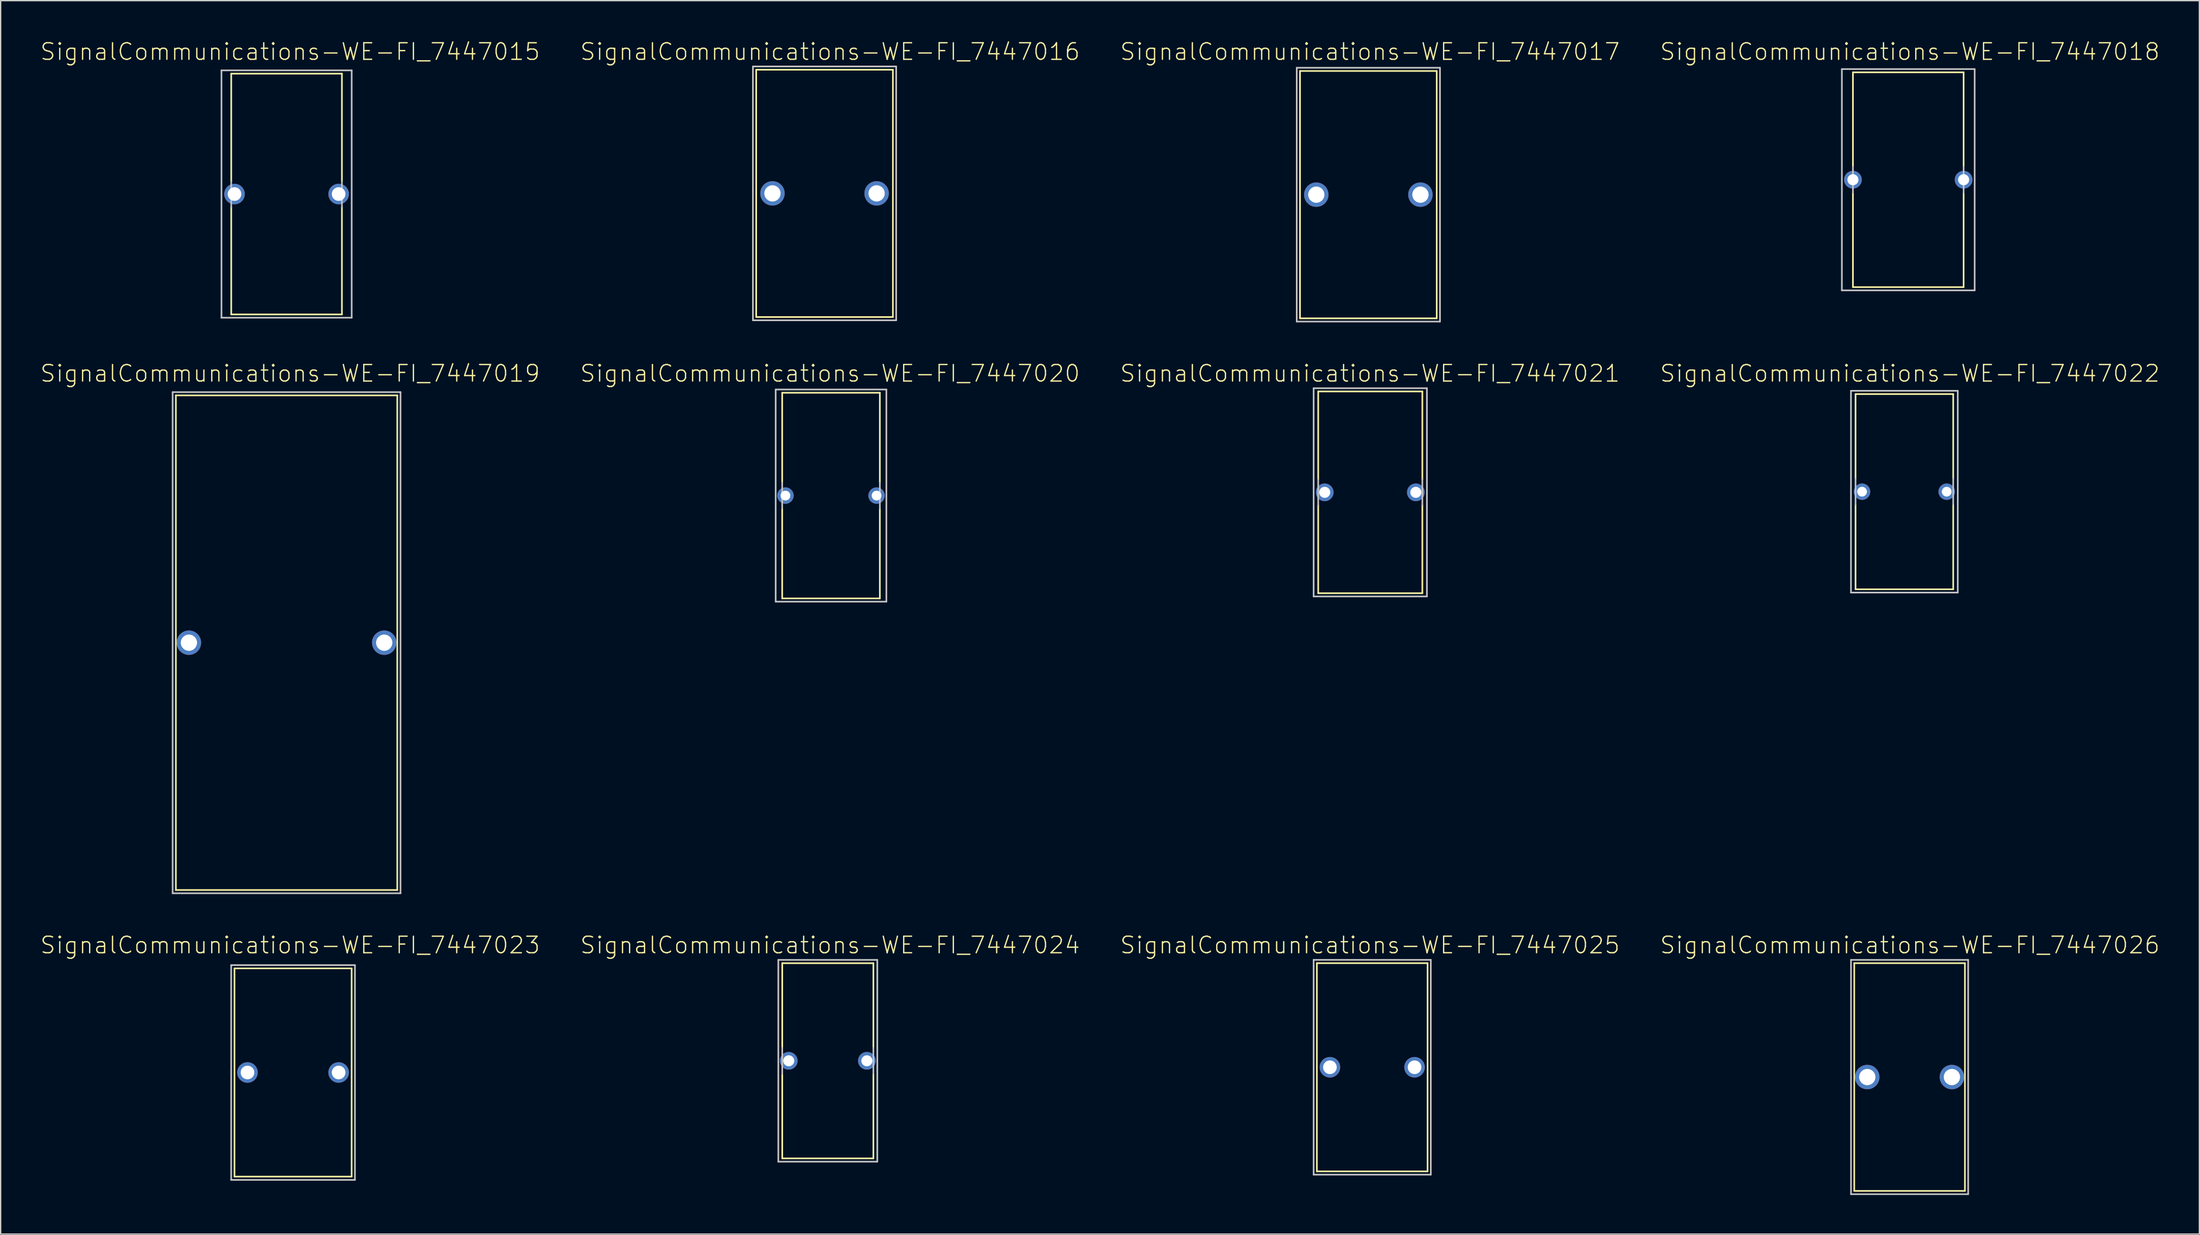
<source format=kicad_pcb>
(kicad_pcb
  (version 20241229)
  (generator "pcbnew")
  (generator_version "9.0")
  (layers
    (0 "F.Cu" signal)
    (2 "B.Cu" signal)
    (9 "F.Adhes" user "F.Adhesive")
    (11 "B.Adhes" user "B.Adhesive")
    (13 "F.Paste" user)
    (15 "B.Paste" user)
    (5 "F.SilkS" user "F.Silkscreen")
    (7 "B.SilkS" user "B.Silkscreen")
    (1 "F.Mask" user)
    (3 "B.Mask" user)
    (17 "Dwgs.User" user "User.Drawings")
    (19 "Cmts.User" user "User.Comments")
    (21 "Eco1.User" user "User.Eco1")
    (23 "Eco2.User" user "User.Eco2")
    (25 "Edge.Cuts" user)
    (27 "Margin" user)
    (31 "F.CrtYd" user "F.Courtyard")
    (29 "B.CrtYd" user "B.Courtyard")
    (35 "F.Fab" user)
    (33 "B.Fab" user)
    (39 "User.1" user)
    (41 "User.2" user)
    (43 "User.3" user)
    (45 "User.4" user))
  (footprint "SignalCommunications-WE-FI_7447024"
    (layer "F.Cu")
    (at 60.507 78.439)
    (property "Reference" "SignalCommunications-WE-FI_7447024" (at 0.173 -8.885 0) (layer "F.SilkS") (effects (font (size 1.27 1.27) (thickness 0.102))))
    (attr exclude_from_pos_files exclude_from_bom)
    (fp_line (start -3.498 -7.498) (end 3.498 -7.498) (stroke (width 0.127) (type solid)) (layer "F.SilkS"))
    (fp_line (start -3.498 -0.998) (end -3.498 -7.498) (stroke (width 0.127) (type solid)) (layer "F.SilkS"))
    (fp_line (start -3.498 0.998) (end -3.498 7.498) (stroke (width 0.127) (type solid)) (layer "F.SilkS"))
    (fp_line (start 3.498 -0.998) (end 3.498 -7.498) (stroke (width 0.127) (type solid)) (layer "F.SilkS"))
    (fp_line (start 3.498 0.998) (end 3.498 7.498) (stroke (width 0.127) (type solid)) (layer "F.SilkS"))
    (fp_line (start 3.498 7.498) (end -3.498 7.498) (stroke (width 0.127) (type solid)) (layer "F.SilkS"))
    (fp_line (start -3.8 -7.75) (end 3.8 -7.75) (stroke (width 0.127) (type solid)) (layer "Dwgs.User"))
    (fp_line (start -3.8 7.75) (end -3.8 -7.75) (stroke (width 0.127) (type solid)) (layer "Dwgs.User"))
    (fp_line (start -3.498 -0.998) (end -3.498 0.998) (stroke (width 0.127) (type solid)) (layer "Dwgs.User"))
    (fp_line (start 3.498 -0.998) (end 3.498 0.998) (stroke (width 0.127) (type solid)) (layer "Dwgs.User"))
    (fp_line (start 3.8 -7.75) (end 3.8 7.75) (stroke (width 0.127) (type solid)) (layer "Dwgs.User"))
    (fp_line (start 3.8 7.75) (end -3.8 7.75) (stroke (width 0.127) (type solid)) (layer "Dwgs.User"))
    (pad "1" thru_hole circle (at -3 0) (size 1.356 1.356) (drill 0.848) (layers "*.Cu" "*.Paste" "*.Mask"))
    (pad "2" thru_hole circle (at 3 0) (size 1.356 1.356) (drill 0.848) (layers "*.Cu" "*.Paste" "*.Mask")))
  (footprint "SignalCommunications-WE-FI_7447016"
    (layer "F.Cu")
    (at 60.256 11.805)
    (property "Reference" "SignalCommunications-WE-FI_7447016" (at 0.424 -10.884 0) (layer "F.SilkS") (effects (font (size 1.27 1.27) (thickness 0.102))))
    (attr exclude_from_pos_files exclude_from_bom)
    (fp_line (start -5.248 -9.5) (end 5.248 -9.5) (stroke (width 0.127) (type solid)) (layer "F.SilkS"))
    (fp_line (start -5.248 9.5) (end -5.248 -9.5) (stroke (width 0.127) (type solid)) (layer "F.SilkS"))
    (fp_line (start 5.248 -9.5) (end 5.248 9.5) (stroke (width 0.127) (type solid)) (layer "F.SilkS"))
    (fp_line (start 5.248 9.5) (end -5.248 9.5) (stroke (width 0.127) (type solid)) (layer "F.SilkS"))
    (fp_line (start -5.499 -9.749) (end 5.499 -9.749) (stroke (width 0.127) (type solid)) (layer "Dwgs.User"))
    (fp_line (start -5.499 9.749) (end -5.499 -9.749) (stroke (width 0.127) (type solid)) (layer "Dwgs.User"))
    (fp_line (start 5.499 -9.749) (end 5.499 9.749) (stroke (width 0.127) (type solid)) (layer "Dwgs.User"))
    (fp_line (start 5.499 9.749) (end -5.499 9.749) (stroke (width 0.127) (type solid)) (layer "Dwgs.User"))
    (pad "1" thru_hole circle (at -3.998 0) (size 1.875 1.875) (drill 1.25) (layers "*.Cu" "*.Paste" "*.Mask"))
    (pad "2" thru_hole circle (at 3.998 0) (size 1.875 1.875) (drill 1.25) (layers "*.Cu" "*.Paste" "*.Mask")))
  (footprint "SignalCommunications-WE-FI_7447023"
    (layer "F.Cu")
    (at 19.45 79.338)
    (property "Reference" "SignalCommunications-WE-FI_7447023" (at -0.224 -9.784 0) (layer "F.SilkS") (effects (font (size 1.27 1.27) (thickness 0.102))))
    (attr exclude_from_pos_files exclude_from_bom)
    (fp_line (start -4.498 -7.998) (end 4.498 -7.998) (stroke (width 0.127) (type solid)) (layer "F.SilkS"))
    (fp_line (start -4.498 7.998) (end -4.498 -7.998) (stroke (width 0.127) (type solid)) (layer "F.SilkS"))
    (fp_line (start 4.498 -7.998) (end 4.498 7.998) (stroke (width 0.127) (type solid)) (layer "F.SilkS"))
    (fp_line (start 4.498 7.998) (end -4.498 7.998) (stroke (width 0.127) (type solid)) (layer "F.SilkS"))
    (fp_line (start -4.75 -8.25) (end 4.75 -8.25) (stroke (width 0.127) (type solid)) (layer "Dwgs.User"))
    (fp_line (start -4.75 8.25) (end -4.75 -8.25) (stroke (width 0.127) (type solid)) (layer "Dwgs.User"))
    (fp_line (start 4.75 -8.25) (end 4.75 8.25) (stroke (width 0.127) (type solid)) (layer "Dwgs.User"))
    (fp_line (start 4.75 8.25) (end -4.75 8.25) (stroke (width 0.127) (type solid)) (layer "Dwgs.User"))
    (pad "1" thru_hole circle (at -3.498 0) (size 1.575 1.575) (drill 1.049) (layers "*.Cu" "*.Paste" "*.Mask"))
    (pad "2" thru_hole circle (at 3.498 0) (size 1.575 1.575) (drill 1.049) (layers "*.Cu" "*.Paste" "*.Mask")))
  (footprint "SignalCommunications-WE-FI_7447025"
    (layer "F.Cu")
    (at 102.306 78.936)
    (property "Reference" "SignalCommunications-WE-FI_7447025" (at -0.173 -9.383 0) (layer "F.SilkS") (effects (font (size 1.27 1.27) (thickness 0.102))))
    (attr exclude_from_pos_files exclude_from_bom)
    (fp_line (start -4.249 -7.998) (end 4.249 -7.998) (stroke (width 0.127) (type solid)) (layer "F.SilkS"))
    (fp_line (start -4.249 7.998) (end -4.249 -7.998) (stroke (width 0.127) (type solid)) (layer "F.SilkS"))
    (fp_line (start 4.249 -7.998) (end 4.249 7.998) (stroke (width 0.127) (type solid)) (layer "F.SilkS"))
    (fp_line (start 4.249 7.998) (end -4.249 7.998) (stroke (width 0.127) (type solid)) (layer "F.SilkS"))
    (fp_line (start -4.498 -8.25) (end 4.498 -8.25) (stroke (width 0.127) (type solid)) (layer "Dwgs.User"))
    (fp_line (start -4.498 8.25) (end -4.498 -8.25) (stroke (width 0.127) (type solid)) (layer "Dwgs.User"))
    (fp_line (start 4.498 -8.25) (end 4.498 8.25) (stroke (width 0.127) (type solid)) (layer "Dwgs.User"))
    (fp_line (start 4.498 8.25) (end -4.498 8.25) (stroke (width 0.127) (type solid)) (layer "Dwgs.User"))
    (pad "1" thru_hole circle (at -3.249 0) (size 1.575 1.575) (drill 1.049) (layers "*.Cu" "*.Paste" "*.Mask"))
    (pad "2" thru_hole circle (at 3.249 0) (size 1.575 1.575) (drill 1.049) (layers "*.Cu" "*.Paste" "*.Mask")))
  (footprint "SignalCommunications-WE-FI_7447015"
    (layer "F.Cu")
    (at 18.952 11.856)
    (property "Reference" "SignalCommunications-WE-FI_7447015" (at 0.274 -10.935 0) (layer "F.SilkS") (effects (font (size 1.27 1.27) (thickness 0.102))))
    (attr exclude_from_pos_files exclude_from_bom)
    (fp_line (start -4.249 -9.248) (end 4.249 -9.248) (stroke (width 0.127) (type solid)) (layer "F.SilkS"))
    (fp_line (start -4.249 -0.998) (end -4.249 -9.248) (stroke (width 0.127) (type solid)) (layer "F.SilkS"))
    (fp_line (start -4.249 9.248) (end -4.249 0.998) (stroke (width 0.127) (type solid)) (layer "F.SilkS"))
    (fp_line (start 4.249 -0.998) (end 4.249 -9.248) (stroke (width 0.127) (type solid)) (layer "F.SilkS"))
    (fp_line (start 4.249 9.248) (end -4.249 9.248) (stroke (width 0.127) (type solid)) (layer "F.SilkS"))
    (fp_line (start 4.249 9.248) (end 4.249 0.998) (stroke (width 0.127) (type solid)) (layer "F.SilkS"))
    (fp_line (start -4.999 -9.5) (end 4.999 -9.5) (stroke (width 0.127) (type solid)) (layer "Dwgs.User"))
    (fp_line (start -4.999 9.5) (end -4.999 -9.5) (stroke (width 0.127) (type solid)) (layer "Dwgs.User"))
    (fp_line (start -4.249 -0.998) (end -4.249 0.998) (stroke (width 0.127) (type solid)) (layer "Dwgs.User"))
    (fp_line (start 4.249 -0.998) (end 4.249 0.998) (stroke (width 0.127) (type solid)) (layer "Dwgs.User"))
    (fp_line (start 4.999 -9.5) (end 4.999 9.5) (stroke (width 0.127) (type solid)) (layer "Dwgs.User"))
    (fp_line (start 4.999 9.5) (end -4.999 9.5) (stroke (width 0.127) (type solid)) (layer "Dwgs.User"))
    (pad "1" thru_hole circle (at -3.998 0) (size 1.575 1.575) (drill 1.049) (layers "*.Cu" "*.Paste" "*.Mask"))
    (pad "2" thru_hole circle (at 3.998 0) (size 1.575 1.575) (drill 1.049) (layers "*.Cu" "*.Paste" "*.Mask")))
  (footprint "SignalCommunications-WE-FI_7447019"
    (layer "F.Cu")
    (at 18.952 46.321)
    (property "Reference" "SignalCommunications-WE-FI_7447019" (at 0.274 -20.683 0) (layer "F.SilkS") (effects (font (size 1.27 1.27) (thickness 0.102))))
    (attr exclude_from_pos_files exclude_from_bom)
    (fp_line (start -8.499 -18.999) (end 8.499 -18.999) (stroke (width 0.127) (type solid)) (layer "F.SilkS"))
    (fp_line (start -8.499 18.999) (end -8.499 -18.999) (stroke (width 0.127) (type solid)) (layer "F.SilkS"))
    (fp_line (start 8.499 -18.999) (end 8.499 18.999) (stroke (width 0.127) (type solid)) (layer "F.SilkS"))
    (fp_line (start 8.499 18.999) (end -8.499 18.999) (stroke (width 0.127) (type solid)) (layer "F.SilkS"))
    (fp_line (start -8.748 -19.248) (end 8.748 -19.248) (stroke (width 0.127) (type solid)) (layer "Dwgs.User"))
    (fp_line (start -8.748 19.248) (end -8.748 -19.248) (stroke (width 0.127) (type solid)) (layer "Dwgs.User"))
    (fp_line (start 8.748 -19.248) (end 8.748 19.248) (stroke (width 0.127) (type solid)) (layer "Dwgs.User"))
    (fp_line (start 8.748 19.248) (end -8.748 19.248) (stroke (width 0.127) (type solid)) (layer "Dwgs.User"))
    (pad "1" thru_hole circle (at -7.498 0) (size 1.875 1.875) (drill 1.25) (layers "*.Cu" "*.Paste" "*.Mask"))
    (pad "2" thru_hole circle (at 7.498 0) (size 1.875 1.875) (drill 1.25) (layers "*.Cu" "*.Paste" "*.Mask")))
  (footprint "SignalCommunications-WE-FI_7447017"
    (layer "F.Cu")
    (at 102.009 11.904)
    (property "Reference" "SignalCommunications-WE-FI_7447017" (at 0.124 -10.983 0) (layer "F.SilkS") (effects (font (size 1.27 1.27) (thickness 0.102))))
    (attr exclude_from_pos_files exclude_from_bom)
    (fp_line (start -5.248 -9.5) (end 5.248 -9.5) (stroke (width 0.127) (type solid)) (layer "F.SilkS"))
    (fp_line (start -5.248 9.5) (end -5.248 -9.5) (stroke (width 0.127) (type solid)) (layer "F.SilkS"))
    (fp_line (start 5.248 -9.5) (end 5.248 9.5) (stroke (width 0.127) (type solid)) (layer "F.SilkS"))
    (fp_line (start 5.248 9.5) (end -5.248 9.5) (stroke (width 0.127) (type solid)) (layer "F.SilkS"))
    (fp_line (start -5.499 -9.749) (end 5.499 -9.749) (stroke (width 0.127) (type solid)) (layer "Dwgs.User"))
    (fp_line (start -5.499 9.749) (end -5.499 -9.749) (stroke (width 0.127) (type solid)) (layer "Dwgs.User"))
    (fp_line (start 5.499 -9.749) (end 5.499 9.749) (stroke (width 0.127) (type solid)) (layer "Dwgs.User"))
    (fp_line (start 5.499 9.749) (end -5.499 9.749) (stroke (width 0.127) (type solid)) (layer "Dwgs.User"))
    (pad "1" thru_hole circle (at -3.998 0) (size 1.875 1.875) (drill 1.25) (layers "*.Cu" "*.Paste" "*.Mask"))
    (pad "2" thru_hole circle (at 3.998 0) (size 1.875 1.875) (drill 1.25) (layers "*.Cu" "*.Paste" "*.Mask")))
  (footprint "SignalCommunications-WE-FI_7447020"
    (layer "F.Cu")
    (at 60.753 35.02)
    (property "Reference" "SignalCommunications-WE-FI_7447020" (at -0.074 -9.383 0) (layer "F.SilkS") (effects (font (size 1.27 1.27) (thickness 0.102))))
    (attr exclude_from_pos_files exclude_from_bom)
    (fp_line (start -3.749 -7.899) (end 3.749 -7.899) (stroke (width 0.127) (type solid)) (layer "F.SilkS"))
    (fp_line (start -3.749 -0.998) (end -3.749 -7.899) (stroke (width 0.127) (type solid)) (layer "F.SilkS"))
    (fp_line (start -3.749 7.899) (end -3.749 0.998) (stroke (width 0.127) (type solid)) (layer "F.SilkS"))
    (fp_line (start 3.749 -0.998) (end 3.749 -7.899) (stroke (width 0.127) (type solid)) (layer "F.SilkS"))
    (fp_line (start 3.749 7.899) (end -3.749 7.899) (stroke (width 0.127) (type solid)) (layer "F.SilkS"))
    (fp_line (start 3.749 7.899) (end 3.749 0.998) (stroke (width 0.127) (type solid)) (layer "F.SilkS"))
    (fp_line (start -4.249 -8.148) (end 4.249 -8.148) (stroke (width 0.127) (type solid)) (layer "Dwgs.User"))
    (fp_line (start -4.249 8.148) (end -4.249 -8.148) (stroke (width 0.127) (type solid)) (layer "Dwgs.User"))
    (fp_line (start -3.749 0.998) (end -3.749 -0.998) (stroke (width 0.127) (type solid)) (layer "Dwgs.User"))
    (fp_line (start 3.749 0.998) (end 3.749 -0.998) (stroke (width 0.127) (type solid)) (layer "Dwgs.User"))
    (fp_line (start 4.249 -8.148) (end 4.249 8.148) (stroke (width 0.127) (type solid)) (layer "Dwgs.User"))
    (fp_line (start 4.249 8.148) (end -4.249 8.148) (stroke (width 0.127) (type solid)) (layer "Dwgs.User"))
    (pad "1" thru_hole circle (at -3.498 0) (size 1.257 1.257) (drill 0.749) (layers "*.Cu" "*.Paste" "*.Mask"))
    (pad "2" thru_hole circle (at 3.498 0) (size 1.257 1.257) (drill 0.749) (layers "*.Cu" "*.Paste" "*.Mask")))
  (footprint "SignalCommunications-WE-FI_7447022"
    (layer "F.Cu")
    (at 143.162 34.721)
    (property "Reference" "SignalCommunications-WE-FI_7447022" (at 0.424 -9.083 0) (layer "F.SilkS") (effects (font (size 1.27 1.27) (thickness 0.102))))
    (attr exclude_from_pos_files exclude_from_bom)
    (fp_line (start -3.749 -7.498) (end 3.749 -7.498) (stroke (width 0.127) (type solid)) (layer "F.SilkS"))
    (fp_line (start -3.749 -0.998) (end -3.749 -7.498) (stroke (width 0.127) (type solid)) (layer "F.SilkS"))
    (fp_line (start -3.749 0.998) (end -3.749 7.498) (stroke (width 0.127) (type solid)) (layer "F.SilkS"))
    (fp_line (start 3.749 -0.998) (end 3.749 -7.498) (stroke (width 0.127) (type solid)) (layer "F.SilkS"))
    (fp_line (start 3.749 0.998) (end 3.749 7.498) (stroke (width 0.127) (type solid)) (layer "F.SilkS"))
    (fp_line (start 3.749 7.498) (end -3.749 7.498) (stroke (width 0.127) (type solid)) (layer "F.SilkS"))
    (fp_line (start -4.1 -7.75) (end 4.1 -7.75) (stroke (width 0.127) (type solid)) (layer "Dwgs.User"))
    (fp_line (start -4.1 7.75) (end -4.1 -7.75) (stroke (width 0.127) (type solid)) (layer "Dwgs.User"))
    (fp_line (start -3.749 0.998) (end -3.749 -0.998) (stroke (width 0.127) (type solid)) (layer "Dwgs.User"))
    (fp_line (start 3.749 0.998) (end 3.749 -0.998) (stroke (width 0.127) (type solid)) (layer "Dwgs.User"))
    (fp_line (start 4.1 -7.75) (end 4.1 7.75) (stroke (width 0.127) (type solid)) (layer "Dwgs.User"))
    (fp_line (start 4.1 7.75) (end -4.1 7.75) (stroke (width 0.127) (type solid)) (layer "Dwgs.User"))
    (pad "1" thru_hole circle (at -3.249 0) (size 1.257 1.257) (drill 0.749) (layers "*.Cu" "*.Paste" "*.Mask"))
    (pad "2" thru_hole circle (at 3.249 0) (size 1.257 1.257) (drill 0.749) (layers "*.Cu" "*.Paste" "*.Mask")))
  (footprint "SignalCommunications-WE-FI_7447026"
    (layer "F.Cu")
    (at 143.563 79.688)
    (property "Reference" "SignalCommunications-WE-FI_7447026" (at 0.023 -10.135 0) (layer "F.SilkS") (effects (font (size 1.27 1.27) (thickness 0.102))))
    (attr exclude_from_pos_files exclude_from_bom)
    (fp_line (start -4.249 -8.748) (end 4.249 -8.748) (stroke (width 0.127) (type solid)) (layer "F.SilkS"))
    (fp_line (start -4.249 8.748) (end -4.249 -8.748) (stroke (width 0.127) (type solid)) (layer "F.SilkS"))
    (fp_line (start 4.249 -8.748) (end 4.249 8.748) (stroke (width 0.127) (type solid)) (layer "F.SilkS"))
    (fp_line (start 4.249 8.748) (end -4.249 8.748) (stroke (width 0.127) (type solid)) (layer "F.SilkS"))
    (fp_line (start -4.498 -8.999) (end 4.498 -8.999) (stroke (width 0.127) (type solid)) (layer "Dwgs.User"))
    (fp_line (start -4.498 8.999) (end -4.498 -8.999) (stroke (width 0.127) (type solid)) (layer "Dwgs.User"))
    (fp_line (start 4.498 -8.999) (end 4.498 8.999) (stroke (width 0.127) (type solid)) (layer "Dwgs.User"))
    (fp_line (start 4.498 8.999) (end -4.498 8.999) (stroke (width 0.127) (type solid)) (layer "Dwgs.User"))
    (pad "1" thru_hole circle (at -3.249 0) (size 1.875 1.875) (drill 1.25) (layers "*.Cu" "*.Paste" "*.Mask"))
    (pad "2" thru_hole circle (at 3.249 0) (size 1.875 1.875) (drill 1.25) (layers "*.Cu" "*.Paste" "*.Mask")))
  (footprint "SignalCommunications-WE-FI_7447018"
    (layer "F.Cu")
    (at 143.462 10.756)
    (property "Reference" "SignalCommunications-WE-FI_7447018" (at 0.124 -9.835 0) (layer "F.SilkS") (effects (font (size 1.27 1.27) (thickness 0.102))))
    (attr exclude_from_pos_files exclude_from_bom)
    (fp_line (start -4.249 -8.25) (end 4.249 -8.25) (stroke (width 0.127) (type solid)) (layer "F.SilkS"))
    (fp_line (start -4.249 -0.998) (end -4.249 -8.25) (stroke (width 0.127) (type solid)) (layer "F.SilkS"))
    (fp_line (start -4.249 8.25) (end -4.249 0.998) (stroke (width 0.127) (type solid)) (layer "F.SilkS"))
    (fp_line (start 4.249 -0.998) (end 4.249 -8.25) (stroke (width 0.127) (type solid)) (layer "F.SilkS"))
    (fp_line (start 4.249 8.25) (end -4.249 8.25) (stroke (width 0.127) (type solid)) (layer "F.SilkS"))
    (fp_line (start 4.249 8.25) (end 4.249 0.998) (stroke (width 0.127) (type solid)) (layer "F.SilkS"))
    (fp_line (start -5.098 -8.499) (end 5.098 -8.499) (stroke (width 0.127) (type solid)) (layer "Dwgs.User"))
    (fp_line (start -5.098 8.499) (end -5.098 -8.499) (stroke (width 0.127) (type solid)) (layer "Dwgs.User"))
    (fp_line (start -4.249 -0.998) (end -4.249 0.998) (stroke (width 0.127) (type solid)) (layer "Dwgs.User"))
    (fp_line (start 4.249 -0.998) (end 4.249 0.998) (stroke (width 0.127) (type solid)) (layer "Dwgs.User"))
    (fp_line (start 5.098 -8.499) (end 5.098 8.499) (stroke (width 0.127) (type solid)) (layer "Dwgs.User"))
    (fp_line (start 5.098 8.499) (end -5.098 8.499) (stroke (width 0.127) (type solid)) (layer "Dwgs.User"))
    (pad "1" thru_hole circle (at -4.249 0) (size 1.356 1.356) (drill 0.848) (layers "*.Cu" "*.Paste" "*.Mask"))
    (pad "2" thru_hole circle (at 4.249 0) (size 1.356 1.356) (drill 0.848) (layers "*.Cu" "*.Paste" "*.Mask")))
  (footprint "SignalCommunications-WE-FI_7447021"
    (layer "F.Cu")
    (at 102.156 34.771)
    (property "Reference" "SignalCommunications-WE-FI_7447021" (at -0.023 -9.134 0) (layer "F.SilkS") (effects (font (size 1.27 1.27) (thickness 0.102))))
    (attr exclude_from_pos_files exclude_from_bom)
    (fp_line (start -3.998 -7.75) (end 3.998 -7.75) (stroke (width 0.127) (type solid)) (layer "F.SilkS"))
    (fp_line (start -3.998 -0.998) (end -3.998 -7.75) (stroke (width 0.127) (type solid)) (layer "F.SilkS"))
    (fp_line (start -3.998 0.998) (end -3.998 7.75) (stroke (width 0.127) (type solid)) (layer "F.SilkS"))
    (fp_line (start 3.998 -0.998) (end 3.998 -7.75) (stroke (width 0.127) (type solid)) (layer "F.SilkS"))
    (fp_line (start 3.998 0.998) (end 3.998 7.75) (stroke (width 0.127) (type solid)) (layer "F.SilkS"))
    (fp_line (start 3.998 7.75) (end -3.998 7.75) (stroke (width 0.127) (type solid)) (layer "F.SilkS"))
    (fp_line (start -4.348 -7.998) (end 4.348 -7.998) (stroke (width 0.127) (type solid)) (layer "Dwgs.User"))
    (fp_line (start -4.348 7.998) (end -4.348 -7.998) (stroke (width 0.127) (type solid)) (layer "Dwgs.User"))
    (fp_line (start -3.998 -0.998) (end -3.998 0.998) (stroke (width 0.127) (type solid)) (layer "Dwgs.User"))
    (fp_line (start 3.998 -0.998) (end 3.998 0.998) (stroke (width 0.127) (type solid)) (layer "Dwgs.User"))
    (fp_line (start 4.348 -7.998) (end 4.348 7.998) (stroke (width 0.127) (type solid)) (layer "Dwgs.User"))
    (fp_line (start 4.348 7.998) (end -4.348 7.998) (stroke (width 0.127) (type solid)) (layer "Dwgs.User"))
    (pad "1" thru_hole circle (at -3.498 0) (size 1.356 1.356) (drill 0.848) (layers "*.Cu" "*.Paste" "*.Mask"))
    (pad "2" thru_hole circle (at 3.498 0) (size 1.356 1.356) (drill 0.848) (layers "*.Cu" "*.Paste" "*.Mask")))
  (gr_rect
    (start -3 -3)
    (end 165.813 91.751)
    (stroke (width 0.1) (type default))
    (fill no)
    (layer "Edge.Cuts")))
</source>
